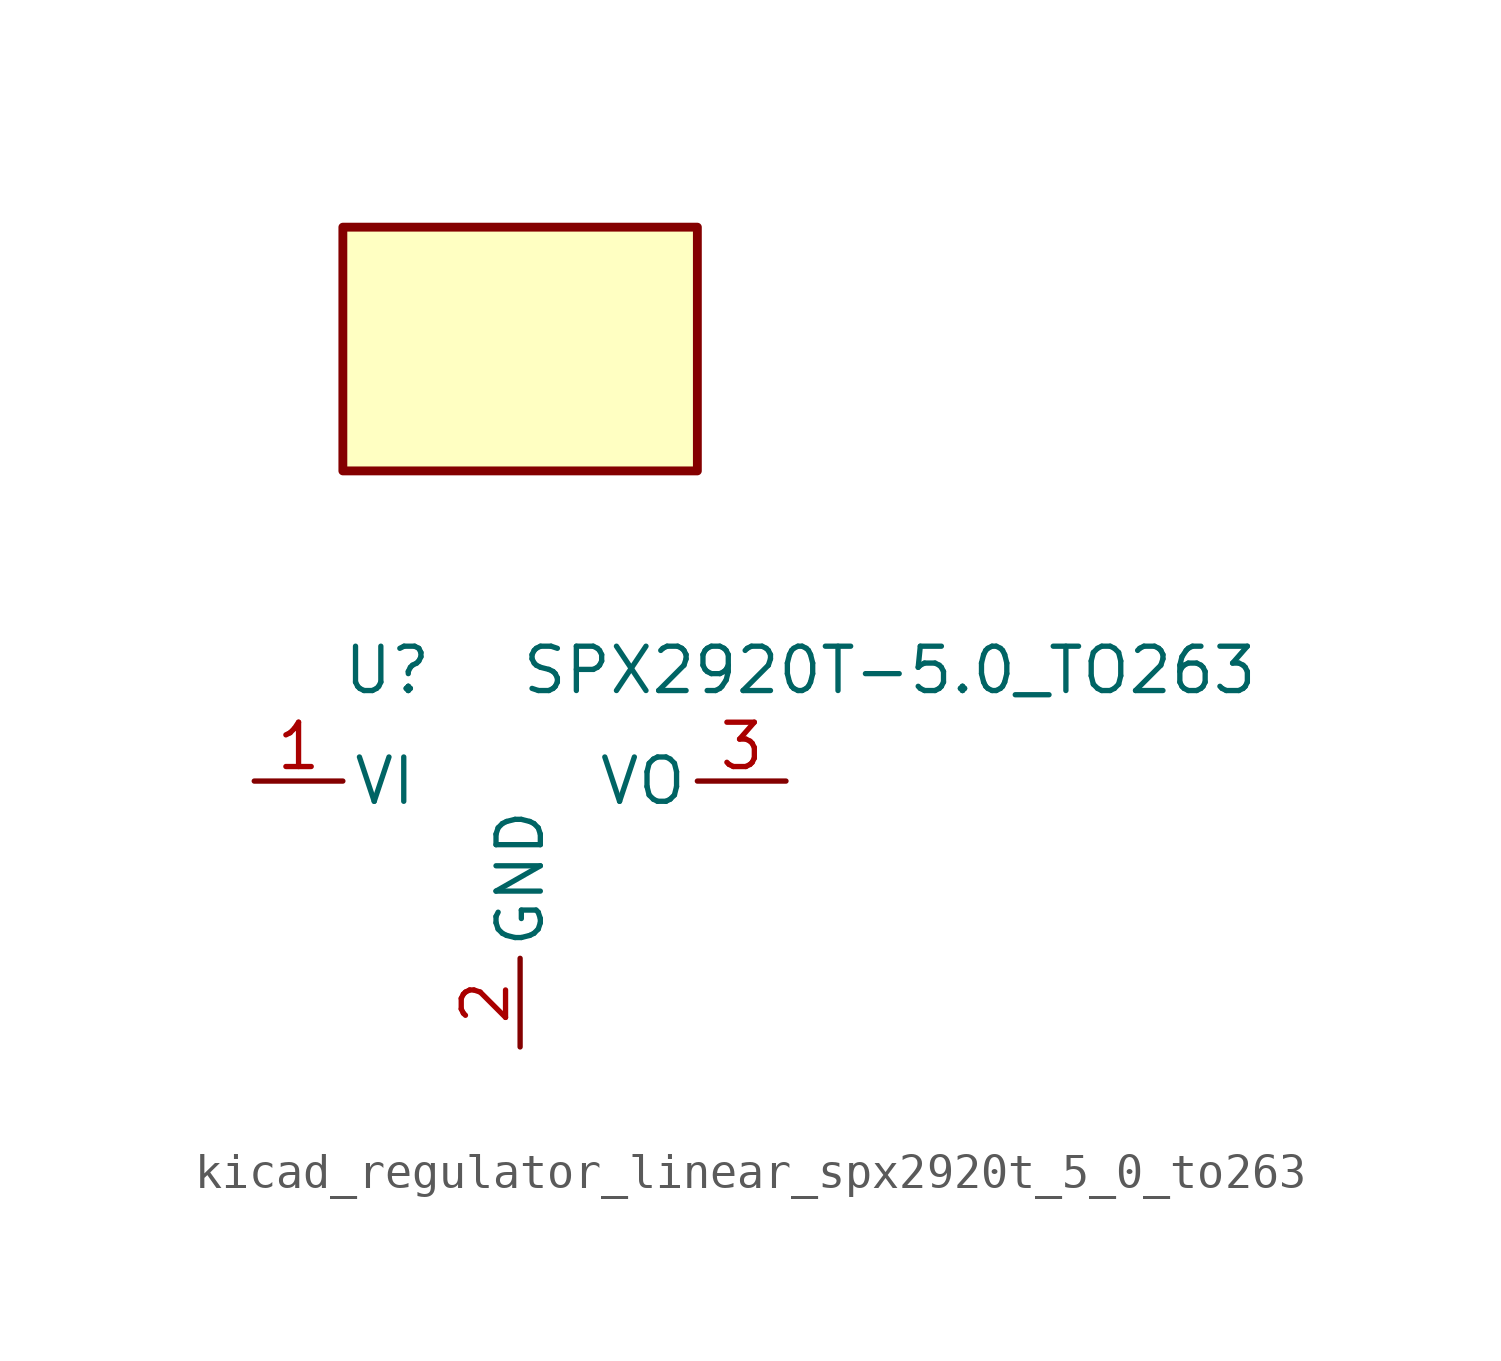
<source format=kicad_sym>
(kicad_symbol_lib
  (version 20220914)
  (generator kicad_symbol_editor)
  (symbol "kicad_regulator_linear_spx2920t_5_0_to263"
    (pin_names
      (offset 0.254))
    (property "Reference" "U"
      (at -3.81 3.175 0)
      (effects (font (size 1.27 1.27))))
    (property "Value" "SPX2920T-5.0_TO263"
      (at 0 3.175 0)
      (effects (font (size 1.27 1.27)) (justify left)))
    (symbol "kicad_regulator_linear_spx2920t_5_0_to263_0_1"
      (rectangle (start 5.08 15.875) (end -5.08 8.89) (stroke (width 0.254) (type default)) (fill (type background))))
    (symbol "kicad_regulator_linear_spx2920t_5_0_to263_1_1"
      (pin power_in line (at -7.62 0 0) (length 2.54) (name "VI" (effects (font (size 1.27 1.27)))) (number "1" (effects (font (size 1.27 1.27)))))
      (pin power_in line (at 0 -7.62 90) (length 2.54) (name "GND" (effects (font (size 1.27 1.27)))) (number "2" (effects (font (size 1.27 1.27)))))
      (pin power_out line (at 7.62 0 180) (length 2.54) (name "VO" (effects (font (size 1.27 1.27)))) (number "3" (effects (font (size 1.27 1.27))))))))
</source>
